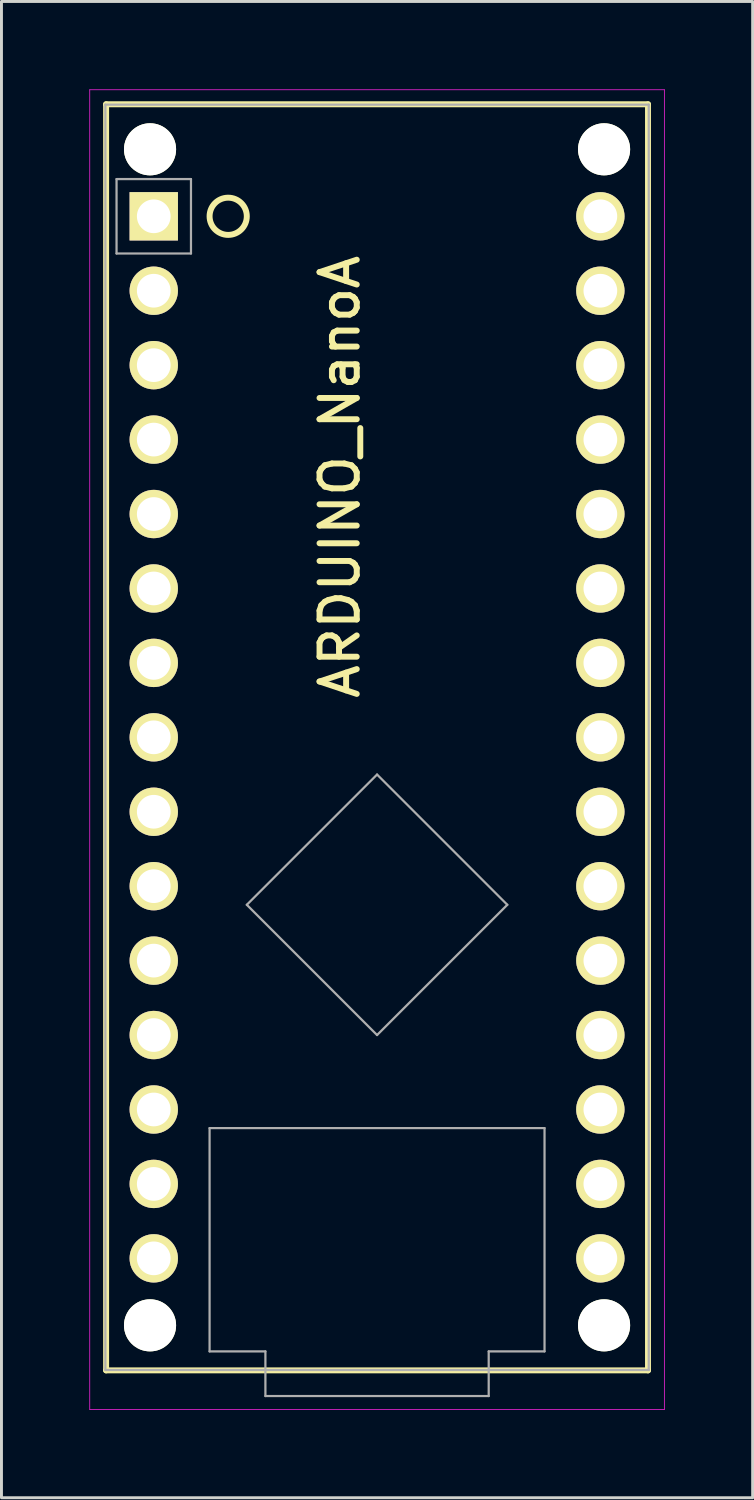
<source format=kicad_pcb>
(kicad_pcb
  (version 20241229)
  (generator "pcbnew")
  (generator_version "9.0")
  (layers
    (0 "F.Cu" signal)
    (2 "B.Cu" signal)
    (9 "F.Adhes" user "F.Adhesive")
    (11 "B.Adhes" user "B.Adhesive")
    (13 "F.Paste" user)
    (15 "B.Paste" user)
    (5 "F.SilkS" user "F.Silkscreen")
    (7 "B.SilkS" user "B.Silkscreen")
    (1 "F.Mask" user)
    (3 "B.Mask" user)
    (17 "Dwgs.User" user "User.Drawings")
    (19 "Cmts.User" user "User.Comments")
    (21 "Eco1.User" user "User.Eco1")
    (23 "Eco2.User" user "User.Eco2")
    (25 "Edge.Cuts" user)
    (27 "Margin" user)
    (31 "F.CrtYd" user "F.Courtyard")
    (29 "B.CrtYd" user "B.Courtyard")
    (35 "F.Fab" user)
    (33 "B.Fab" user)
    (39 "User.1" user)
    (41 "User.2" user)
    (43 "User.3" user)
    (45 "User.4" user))
  (footprint "ARDUINO_NanoA"
    (layer "F.Cu")
    (at 9.817 22.111)
    (property "Reference" "ARDUINO_NanoA" (at -1.27 -8.89 90) (layer "F.SilkS") (effects (font (size 1.27 1.27) (thickness 0.203))))
    (attr through_hole)
    (fp_line (start -9.246 -21.603) (end 9.246 -21.603) (stroke (width 0.203) (type solid)) (layer "F.SilkS"))
    (fp_line (start -9.246 21.603) (end -9.246 -21.603) (stroke (width 0.203) (type solid)) (layer "F.SilkS"))
    (fp_line (start 9.246 -21.603) (end 9.246 21.603) (stroke (width 0.203) (type solid)) (layer "F.SilkS"))
    (fp_line (start 9.246 21.603) (end -9.246 21.603) (stroke (width 0.203) (type solid)) (layer "F.SilkS"))
    (fp_circle (center -5.08 -17.78) (end -4.445 -17.78) (stroke (width 0.203) (type solid)) (fill no) (layer "F.SilkS"))
    (fp_line (start -9.804 -22.098) (end 9.804 -22.098) (stroke (width 0.025) (type solid)) (layer "F.CrtYd"))
    (fp_line (start -9.804 22.936) (end -9.804 -22.098) (stroke (width 0.025) (type solid)) (layer "F.CrtYd"))
    (fp_line (start 9.804 -22.098) (end 9.804 22.936) (stroke (width 0.025) (type solid)) (layer "F.CrtYd"))
    (fp_line (start 9.804 22.936) (end -9.804 22.936) (stroke (width 0.025) (type solid)) (layer "F.CrtYd"))
    (fp_line (start -9.271 -21.59) (end 9.271 -21.59) (stroke (width 0.076) (type solid)) (layer "F.Fab"))
    (fp_line (start -9.271 21.59) (end -9.271 -21.59) (stroke (width 0.076) (type solid)) (layer "F.Fab"))
    (fp_line (start -8.89 -19.05) (end -6.35 -19.05) (stroke (width 0.076) (type solid)) (layer "F.Fab"))
    (fp_line (start -8.89 -16.51) (end -8.89 -19.05) (stroke (width 0.076) (type solid)) (layer "F.Fab"))
    (fp_line (start -6.35 -19.05) (end -6.35 -16.51) (stroke (width 0.076) (type solid)) (layer "F.Fab"))
    (fp_line (start -6.35 -16.51) (end -8.89 -16.51) (stroke (width 0.076) (type solid)) (layer "F.Fab"))
    (fp_line (start -5.715 13.335) (end -5.715 20.955) (stroke (width 0.076) (type solid)) (layer "F.Fab"))
    (fp_line (start -5.715 20.955) (end -3.81 20.955) (stroke (width 0.076) (type solid)) (layer "F.Fab"))
    (fp_line (start -4.445 5.715) (end 0 10.16) (stroke (width 0.076) (type solid)) (layer "F.Fab"))
    (fp_line (start -3.81 20.955) (end -3.81 22.479) (stroke (width 0.076) (type solid)) (layer "F.Fab"))
    (fp_line (start -3.81 22.479) (end 3.81 22.479) (stroke (width 0.076) (type solid)) (layer "F.Fab"))
    (fp_line (start 0 1.27) (end -4.445 5.715) (stroke (width 0.076) (type solid)) (layer "F.Fab"))
    (fp_line (start 0 10.16) (end 4.445 5.715) (stroke (width 0.076) (type solid)) (layer "F.Fab"))
    (fp_line (start 3.81 20.955) (end 5.715 20.955) (stroke (width 0.076) (type solid)) (layer "F.Fab"))
    (fp_line (start 3.81 22.479) (end 3.81 20.955) (stroke (width 0.076) (type solid)) (layer "F.Fab"))
    (fp_line (start 4.445 5.715) (end 0 1.27) (stroke (width 0.076) (type solid)) (layer "F.Fab"))
    (fp_line (start 5.715 13.335) (end -5.715 13.335) (stroke (width 0.076) (type solid)) (layer "F.Fab"))
    (fp_line (start 5.715 20.955) (end 5.715 13.335) (stroke (width 0.076) (type solid)) (layer "F.Fab"))
    (fp_line (start 9.271 -21.59) (end 9.271 21.59) (stroke (width 0.076) (type solid)) (layer "F.Fab"))
    (fp_line (start 9.271 21.59) (end -9.271 21.59) (stroke (width 0.076) (type solid)) (layer "F.Fab"))
    (pad "" np_thru_hole circle (at -7.747 -20.066 0.1) (size 1.778 1.778) (drill 1.778) (layers "*.Cu" "*.Mask" "F.SilkS"))
    (pad "" np_thru_hole circle (at -7.747 20.066 0.1) (size 1.778 1.778) (drill 1.778) (layers "*.Cu" "*.Mask" "F.SilkS"))
    (pad "" np_thru_hole circle (at 7.747 -20.066 0.1) (size 1.778 1.778) (drill 1.778) (layers "*.Cu" "*.Mask" "F.SilkS"))
    (pad "" np_thru_hole circle (at 7.747 20.066 0.1) (size 1.778 1.778) (drill 1.778) (layers "*.Cu" "*.Mask" "F.SilkS"))
    (pad "1" thru_hole rect (at -7.62 -17.78) (size 1.65 1.65) (drill 1.15) (layers "*.Cu" "*.Mask" "F.SilkS"))
    (pad "2" thru_hole circle (at -7.62 -15.24) (size 1.65 1.65) (drill 1.15) (layers "*.Cu" "*.Mask" "F.SilkS"))
    (pad "3" thru_hole circle (at -7.62 -12.7) (size 1.65 1.65) (drill 1.15) (layers "*.Cu" "*.Mask" "F.SilkS"))
    (pad "4" thru_hole circle (at -7.62 -10.16) (size 1.65 1.65) (drill 1.15) (layers "*.Cu" "*.Mask" "F.SilkS"))
    (pad "5" thru_hole circle (at -7.62 -7.62) (size 1.65 1.65) (drill 1.15) (layers "*.Cu" "*.Mask" "F.SilkS"))
    (pad "6" thru_hole circle (at -7.62 -5.08) (size 1.65 1.65) (drill 1.15) (layers "*.Cu" "*.Mask" "F.SilkS"))
    (pad "7" thru_hole circle (at -7.62 -2.54) (size 1.65 1.65) (drill 1.15) (layers "*.Cu" "*.Mask" "F.SilkS"))
    (pad "8" thru_hole circle (at -7.62 0) (size 1.65 1.65) (drill 1.15) (layers "*.Cu" "*.Mask" "F.SilkS"))
    (pad "9" thru_hole circle (at -7.62 2.54) (size 1.65 1.65) (drill 1.15) (layers "*.Cu" "*.Mask" "F.SilkS"))
    (pad "10" thru_hole circle (at -7.62 5.08) (size 1.65 1.65) (drill 1.15) (layers "*.Cu" "*.Mask" "F.SilkS"))
    (pad "11" thru_hole circle (at -7.62 7.62) (size 1.65 1.65) (drill 1.15) (layers "*.Cu" "*.Mask" "F.SilkS"))
    (pad "12" thru_hole circle (at -7.62 10.16) (size 1.65 1.65) (drill 1.15) (layers "*.Cu" "*.Mask" "F.SilkS"))
    (pad "13" thru_hole circle (at -7.62 12.7) (size 1.65 1.65) (drill 1.15) (layers "*.Cu" "*.Mask" "F.SilkS"))
    (pad "14" thru_hole circle (at -7.62 15.24) (size 1.65 1.65) (drill 1.15) (layers "*.Cu" "*.Mask" "F.SilkS"))
    (pad "15" thru_hole circle (at -7.62 17.78) (size 1.65 1.65) (drill 1.15) (layers "*.Cu" "*.Mask" "F.SilkS"))
    (pad "16" thru_hole circle (at 7.62 17.78 180) (size 1.65 1.65) (drill 1.15) (layers "*.Cu" "*.Mask" "F.SilkS"))
    (pad "17" thru_hole circle (at 7.62 15.24 180) (size 1.65 1.65) (drill 1.15) (layers "*.Cu" "*.Mask" "F.SilkS"))
    (pad "18" thru_hole circle (at 7.62 12.7 180) (size 1.65 1.65) (drill 1.15) (layers "*.Cu" "*.Mask" "F.SilkS"))
    (pad "19" thru_hole circle (at 7.62 10.16 180) (size 1.65 1.65) (drill 1.15) (layers "*.Cu" "*.Mask" "F.SilkS"))
    (pad "20" thru_hole circle (at 7.62 7.62 180) (size 1.65 1.65) (drill 1.15) (layers "*.Cu" "*.Mask" "F.SilkS"))
    (pad "21" thru_hole circle (at 7.62 5.08 180) (size 1.65 1.65) (drill 1.15) (layers "*.Cu" "*.Mask" "F.SilkS"))
    (pad "22" thru_hole circle (at 7.62 2.54 180) (size 1.65 1.65) (drill 1.15) (layers "*.Cu" "*.Mask" "F.SilkS"))
    (pad "23" thru_hole circle (at 7.62 0 180) (size 1.65 1.65) (drill 1.15) (layers "*.Cu" "*.Mask" "F.SilkS"))
    (pad "24" thru_hole circle (at 7.62 -2.54 180) (size 1.65 1.65) (drill 1.15) (layers "*.Cu" "*.Mask" "F.SilkS"))
    (pad "25" thru_hole circle (at 7.62 -5.08 180) (size 1.65 1.65) (drill 1.15) (layers "*.Cu" "*.Mask" "F.SilkS"))
    (pad "26" thru_hole circle (at 7.62 -7.62 180) (size 1.65 1.65) (drill 1.15) (layers "*.Cu" "*.Mask" "F.SilkS"))
    (pad "27" thru_hole circle (at 7.62 -10.16 180) (size 1.65 1.65) (drill 1.15) (layers "*.Cu" "*.Mask" "F.SilkS"))
    (pad "28" thru_hole circle (at 7.62 -12.7 180) (size 1.65 1.65) (drill 1.15) (layers "*.Cu" "*.Mask" "F.SilkS"))
    (pad "29" thru_hole circle (at 7.62 -15.24 180) (size 1.65 1.65) (drill 1.15) (layers "*.Cu" "*.Mask" "F.SilkS"))
    (pad "30" thru_hole circle (at 7.62 -17.78 180) (size 1.65 1.65) (drill 1.15) (layers "*.Cu" "*.Mask" "F.SilkS")))
  (gr_rect
    (start -3 -3)
    (end 22.634 48.06)
    (stroke (width 0.1) (type default))
    (fill no)
    (layer "Edge.Cuts")))
</source>
